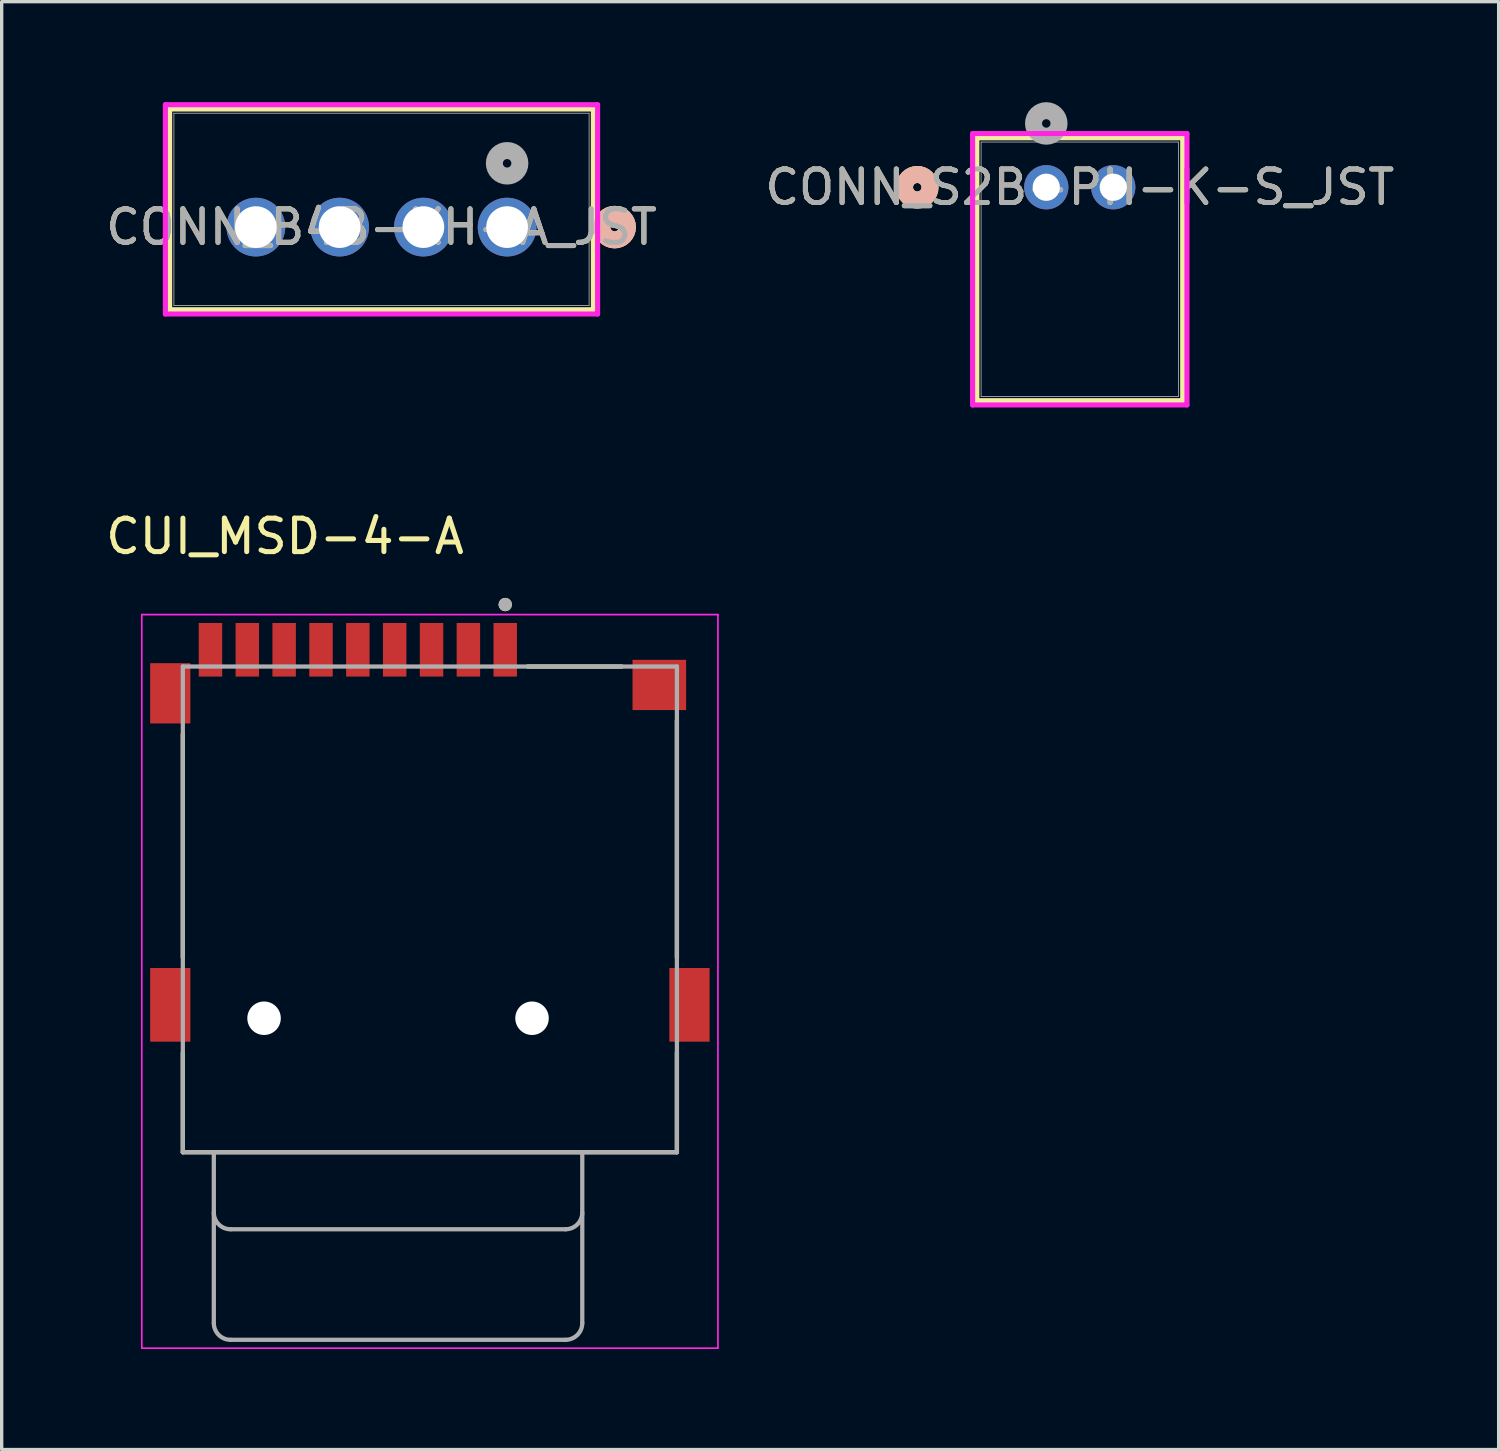
<source format=kicad_pcb>
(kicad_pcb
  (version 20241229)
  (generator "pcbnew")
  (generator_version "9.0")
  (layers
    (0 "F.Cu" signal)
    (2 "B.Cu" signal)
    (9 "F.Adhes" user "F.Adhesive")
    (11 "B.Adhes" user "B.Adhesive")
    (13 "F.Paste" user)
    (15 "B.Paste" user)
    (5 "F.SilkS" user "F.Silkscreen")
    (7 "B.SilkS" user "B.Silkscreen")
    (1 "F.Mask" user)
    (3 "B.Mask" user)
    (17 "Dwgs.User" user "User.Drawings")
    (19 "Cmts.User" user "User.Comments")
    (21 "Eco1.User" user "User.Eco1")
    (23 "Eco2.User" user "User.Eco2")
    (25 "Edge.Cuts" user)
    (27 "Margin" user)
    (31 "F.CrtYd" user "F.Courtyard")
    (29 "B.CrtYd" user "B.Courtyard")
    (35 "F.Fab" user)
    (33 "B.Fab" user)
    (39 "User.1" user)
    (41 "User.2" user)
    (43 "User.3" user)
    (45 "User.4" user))
  (footprint "CONN_B4B-XH-A_JST"
    (layer "F.Cu")
    (at 12.089 3.73)
    (property "Reference" "CONN_B4B-XH-A_JST" (at -3.75 0 0) (unlocked yes) (layer "F.SilkS") (effects (font (size 1 1) (thickness 0.15))))
    (attr through_hole)
    (fp_line (start -10.075 -3.527) (end -10.075 2.467) (stroke (width 0.152) (type solid)) (layer "F.SilkS"))
    (fp_line (start -10.075 2.467) (end 2.575 2.467) (stroke (width 0.152) (type solid)) (layer "F.SilkS"))
    (fp_line (start 2.575 -3.527) (end -10.075 -3.527) (stroke (width 0.152) (type solid)) (layer "F.SilkS"))
    (fp_line (start 2.575 2.467) (end 2.575 -3.527) (stroke (width 0.152) (type solid)) (layer "F.SilkS"))
    (fp_circle (center 3.21 0) (end 3.591 0) (stroke (width 0.508) (type solid)) (fill no) (layer "F.SilkS"))
    (fp_circle (center 3.21 0) (end 3.591 0) (stroke (width 0.508) (type solid)) (fill no) (layer "B.SilkS"))
    (fp_line (start -10.202 -3.654) (end -10.202 2.594) (stroke (width 0.152) (type solid)) (layer "F.CrtYd"))
    (fp_line (start -10.202 2.594) (end 2.702 2.594) (stroke (width 0.152) (type solid)) (layer "F.CrtYd"))
    (fp_line (start 2.702 -3.654) (end -10.202 -3.654) (stroke (width 0.152) (type solid)) (layer "F.CrtYd"))
    (fp_line (start 2.702 2.594) (end 2.702 -3.654) (stroke (width 0.152) (type solid)) (layer "F.CrtYd"))
    (fp_line (start -9.948 -3.4) (end -9.948 2.34) (stroke (width 0.025) (type solid)) (layer "F.Fab"))
    (fp_line (start -9.948 2.34) (end 2.448 2.34) (stroke (width 0.025) (type solid)) (layer "F.Fab"))
    (fp_line (start 2.448 -3.4) (end -9.948 -3.4) (stroke (width 0.025) (type solid)) (layer "F.Fab"))
    (fp_line (start 2.448 2.34) (end 2.448 -3.4) (stroke (width 0.025) (type solid)) (layer "F.Fab"))
    (fp_circle (center 0 -1.905) (end 0.381 -1.905) (stroke (width 0.508) (type solid)) (fill no) (layer "F.Fab"))
    (fp_text user "${REFERENCE}" (at -3.75 0 0) (unlocked yes) (layer "F.Fab") (effects (font (size 1 1) (thickness 0.15))))
    (pad "1" thru_hole circle (at 0 0) (size 1.753 1.753) (drill 1.245) (layers "*.Cu" "*.Mask"))
    (pad "2" thru_hole circle (at -2.5 0) (size 1.753 1.753) (drill 1.245) (layers "*.Cu" "*.Mask"))
    (pad "3" thru_hole circle (at -5 0) (size 1.753 1.753) (drill 1.245) (layers "*.Cu" "*.Mask"))
    (pad "4" thru_hole circle (at -7.5 0) (size 1.753 1.753) (drill 1.245) (layers "*.Cu" "*.Mask")))
  (footprint "CUI_MSD-4-A"
    (layer "F.Cu")
    (at 9.783 24.098)
    (property "Reference" "CUI_MSD-4-A" (at -4.325 -11.135 0) (layer "F.SilkS") (effects (font (size 1 1) (thickness 0.15))))
    (attr smd)
    (fp_line (start -7.375 -5.23) (end -7.375 1.43) (stroke (width 0.127) (type solid)) (layer "F.SilkS"))
    (fp_line (start -7.375 4.27) (end -7.375 7.25) (stroke (width 0.127) (type solid)) (layer "F.SilkS"))
    (fp_line (start -7.375 7.25) (end 7.375 7.25) (stroke (width 0.127) (type solid)) (layer "F.SilkS"))
    (fp_line (start 5.73 -7.25) (end 2.92 -7.25) (stroke (width 0.127) (type solid)) (layer "F.SilkS"))
    (fp_line (start 7.375 -5.63) (end 7.375 1.43) (stroke (width 0.127) (type solid)) (layer "F.SilkS"))
    (fp_line (start 7.375 4.27) (end 7.375 7.25) (stroke (width 0.127) (type solid)) (layer "F.SilkS"))
    (fp_circle (center 2.25 -9.1) (end 2.35 -9.1) (stroke (width 0.2) (type solid)) (fill no) (layer "F.SilkS"))
    (fp_line (start -8.6 -8.8) (end 8.6 -8.8) (stroke (width 0.05) (type solid)) (layer "F.CrtYd"))
    (fp_line (start -8.6 13.1) (end -8.6 -8.8) (stroke (width 0.05) (type solid)) (layer "F.CrtYd"))
    (fp_line (start 8.6 -8.8) (end 8.6 13.1) (stroke (width 0.05) (type solid)) (layer "F.CrtYd"))
    (fp_line (start 8.6 13.1) (end -8.6 13.1) (stroke (width 0.05) (type solid)) (layer "F.CrtYd"))
    (fp_line (start -7.375 -7.25) (end -7.375 7.25) (stroke (width 0.127) (type solid)) (layer "F.Fab"))
    (fp_line (start -7.375 7.25) (end -6.45 7.25) (stroke (width 0.127) (type solid)) (layer "F.Fab"))
    (fp_line (start -6.45 7.25) (end -6.45 12.35) (stroke (width 0.127) (type solid)) (layer "F.Fab"))
    (fp_line (start -6.45 7.25) (end 4.55 7.25) (stroke (width 0.127) (type solid)) (layer "F.Fab"))
    (fp_line (start -5.95 9.55) (end 4.05 9.55) (stroke (width 0.127) (type solid)) (layer "F.Fab"))
    (fp_line (start -5.95 12.85) (end 4.05 12.85) (stroke (width 0.127) (type solid)) (layer "F.Fab"))
    (fp_line (start 4.55 7.25) (end 7.375 7.25) (stroke (width 0.127) (type solid)) (layer "F.Fab"))
    (fp_line (start 4.55 12.35) (end 4.55 7.25) (stroke (width 0.127) (type solid)) (layer "F.Fab"))
    (fp_line (start 7.375 -7.25) (end -7.375 -7.25) (stroke (width 0.127) (type solid)) (layer "F.Fab"))
    (fp_line (start 7.375 7.25) (end 7.375 -7.25) (stroke (width 0.127) (type solid)) (layer "F.Fab"))
    (fp_arc (start -5.95 9.55) (mid -6.303553 9.403553) (end -6.45 9.05) (stroke (width 0.127) (type solid)) (layer "F.Fab"))
    (fp_arc (start -5.95 12.85) (mid -6.303553 12.703553) (end -6.45 12.35) (stroke (width 0.127) (type solid)) (layer "F.Fab"))
    (fp_arc (start 4.55 9.05) (mid 4.403553 9.403553) (end 4.05 9.55) (stroke (width 0.127) (type solid)) (layer "F.Fab"))
    (fp_arc (start 4.55 12.35) (mid 4.403553 12.703553) (end 4.05 12.85) (stroke (width 0.127) (type solid)) (layer "F.Fab"))
    (fp_circle (center 2.25 -9.1) (end 2.35 -9.1) (stroke (width 0.2) (type solid)) (fill no) (layer "F.Fab"))
    (pad "" np_thru_hole circle (at -4.95 3.25) (size 1 1) (drill 1) (layers "*.Cu" "*.Mask"))
    (pad "" np_thru_hole circle (at 3.05 3.25) (size 1 1) (drill 1) (layers "*.Cu" "*.Mask"))
    (pad "1" smd rect (at 2.25 -7.75) (size 0.7 1.6) (layers "F.Cu" "F.Mask" "F.Paste"))
    (pad "2" smd rect (at 1.15 -7.75) (size 0.7 1.6) (layers "F.Cu" "F.Mask" "F.Paste"))
    (pad "3" smd rect (at 0.05 -7.75) (size 0.7 1.6) (layers "F.Cu" "F.Mask" "F.Paste"))
    (pad "4" smd rect (at -1.05 -7.75) (size 0.7 1.6) (layers "F.Cu" "F.Mask" "F.Paste"))
    (pad "5" smd rect (at -2.15 -7.75) (size 0.7 1.6) (layers "F.Cu" "F.Mask" "F.Paste"))
    (pad "6" smd rect (at -3.25 -7.75) (size 0.7 1.6) (layers "F.Cu" "F.Mask" "F.Paste"))
    (pad "7" smd rect (at -4.35 -7.75) (size 0.7 1.6) (layers "F.Cu" "F.Mask" "F.Paste"))
    (pad "8" smd rect (at -5.45 -7.75) (size 0.7 1.6) (layers "F.Cu" "F.Mask" "F.Paste"))
    (pad "CD" smd rect (at -6.55 -7.75) (size 0.7 1.6) (layers "F.Cu" "F.Mask" "F.Paste"))
    (pad "G1" smd rect (at -7.75 -6.45) (size 1.2 1.8) (layers "F.Cu" "F.Mask" "F.Paste"))
    (pad "G2" smd rect (at 6.85 -6.7) (size 1.6 1.5) (layers "F.Cu" "F.Mask" "F.Paste"))
    (pad "G3" smd rect (at -7.75 2.85) (size 1.2 2.2) (layers "F.Cu" "F.Mask" "F.Paste"))
    (pad "G4" smd rect (at 7.75 2.85) (size 1.2 2.2) (layers "F.Cu" "F.Mask" "F.Paste")))
  (footprint "CONN_S2B-PH-K-S_JST"
    (layer "F.Cu")
    (at 28.185 2.54)
    (property "Reference" "CONN_S2B-PH-K-S_JST" (at 1 0 0) (unlocked yes) (layer "F.SilkS") (effects (font (size 1 1) (thickness 0.15))))
    (attr through_hole)
    (fp_line (start -2.073 -1.477) (end -2.073 6.372) (stroke (width 0.152) (type solid)) (layer "F.SilkS"))
    (fp_line (start -2.073 6.372) (end 4.073 6.372) (stroke (width 0.152) (type solid)) (layer "F.SilkS"))
    (fp_line (start 4.073 -1.477) (end -2.073 -1.477) (stroke (width 0.152) (type solid)) (layer "F.SilkS"))
    (fp_line (start 4.073 6.372) (end 4.073 -1.477) (stroke (width 0.152) (type solid)) (layer "F.SilkS"))
    (fp_circle (center -3.851 0) (end -3.47 0) (stroke (width 0.508) (type solid)) (fill no) (layer "F.SilkS"))
    (fp_circle (center -3.851 0) (end -3.47 0) (stroke (width 0.508) (type solid)) (fill no) (layer "B.SilkS"))
    (fp_line (start -2.2 -1.604) (end -2.2 6.499) (stroke (width 0.152) (type solid)) (layer "F.CrtYd"))
    (fp_line (start -2.2 6.499) (end 4.2 6.499) (stroke (width 0.152) (type solid)) (layer "F.CrtYd"))
    (fp_line (start 4.2 -1.604) (end -2.2 -1.604) (stroke (width 0.152) (type solid)) (layer "F.CrtYd"))
    (fp_line (start 4.2 6.499) (end 4.2 -1.604) (stroke (width 0.152) (type solid)) (layer "F.CrtYd"))
    (fp_line (start -1.946 -1.35) (end -1.946 6.245) (stroke (width 0.025) (type solid)) (layer "F.Fab"))
    (fp_line (start -1.946 6.245) (end 3.946 6.245) (stroke (width 0.025) (type solid)) (layer "F.Fab"))
    (fp_line (start 3.946 -1.35) (end -1.946 -1.35) (stroke (width 0.025) (type solid)) (layer "F.Fab"))
    (fp_line (start 3.946 6.245) (end 3.946 -1.35) (stroke (width 0.025) (type solid)) (layer "F.Fab"))
    (fp_circle (center 0 -1.905) (end 0.381 -1.905) (stroke (width 0.508) (type solid)) (fill no) (layer "F.Fab"))
    (fp_text user "${REFERENCE}" (at 1 0 0) (unlocked yes) (layer "F.Fab") (effects (font (size 1 1) (thickness 0.15))))
    (pad "1" thru_hole circle (at 0 0) (size 1.321 1.321) (drill 0.813) (layers "*.Cu" "*.Mask"))
    (pad "2" thru_hole circle (at 2 0) (size 1.321 1.321) (drill 0.813) (layers "*.Cu" "*.Mask")))
  (gr_rect
    (start -3 -3)
    (end 41.69 40.223)
    (stroke (width 0.1) (type default))
    (fill no)
    (layer "Edge.Cuts")))
</source>
